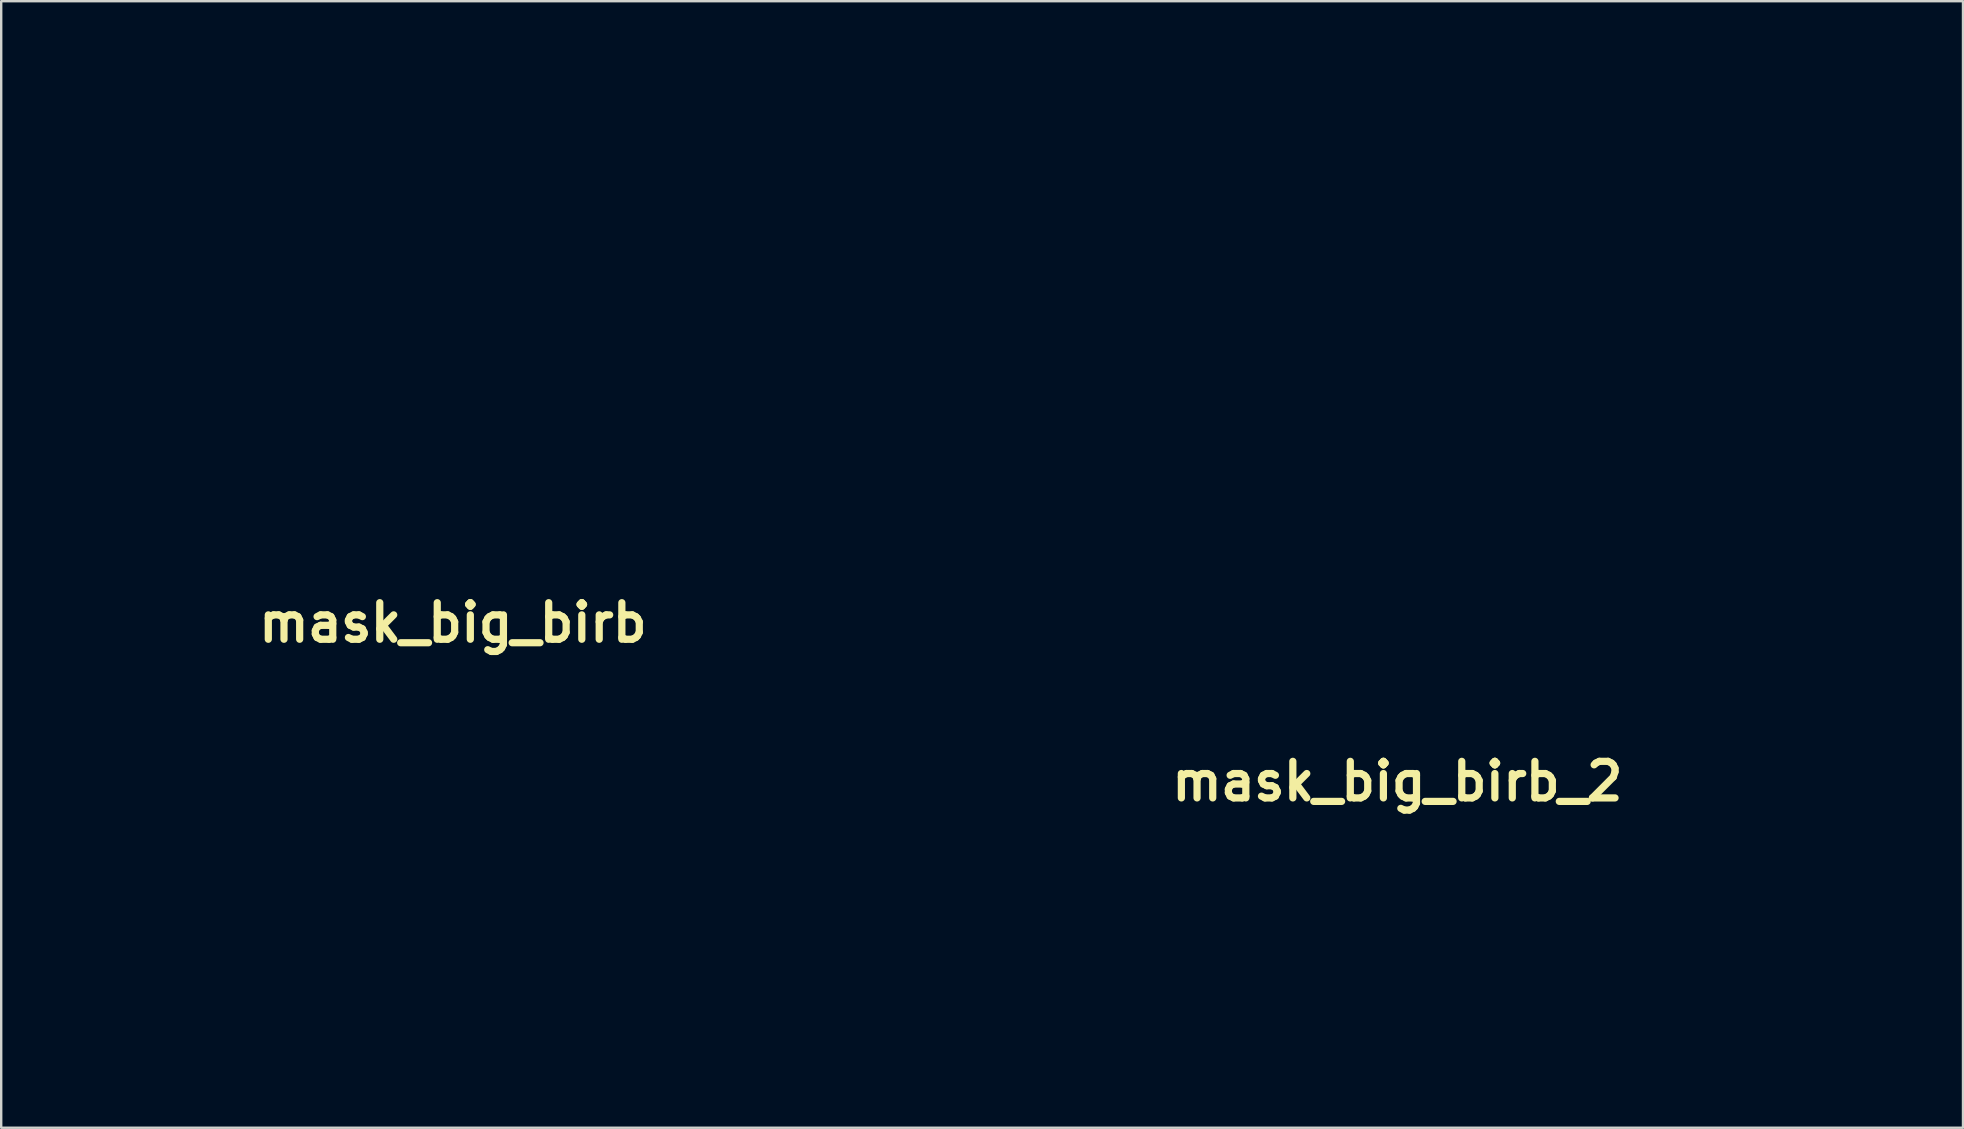
<source format=kicad_pcb>
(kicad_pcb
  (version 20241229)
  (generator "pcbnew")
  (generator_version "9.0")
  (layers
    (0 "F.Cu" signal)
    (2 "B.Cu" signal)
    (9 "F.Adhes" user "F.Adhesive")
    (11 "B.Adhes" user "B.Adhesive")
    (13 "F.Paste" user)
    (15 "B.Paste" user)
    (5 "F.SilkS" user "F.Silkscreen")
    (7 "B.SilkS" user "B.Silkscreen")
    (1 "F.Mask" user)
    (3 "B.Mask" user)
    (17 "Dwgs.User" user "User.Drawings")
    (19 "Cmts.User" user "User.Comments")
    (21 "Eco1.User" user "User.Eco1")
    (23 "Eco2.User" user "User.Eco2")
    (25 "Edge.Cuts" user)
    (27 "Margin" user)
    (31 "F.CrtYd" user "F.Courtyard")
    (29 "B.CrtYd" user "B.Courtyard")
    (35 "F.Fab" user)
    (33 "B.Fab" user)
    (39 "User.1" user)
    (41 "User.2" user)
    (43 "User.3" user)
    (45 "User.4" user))
  (footprint "mask_big_birb_2"
    (layer "F.Cu")
    (at 55.176 29.509)
    (property "Reference" "mask_big_birb_2" (at 0 0 0) (layer "F.SilkS") (effects (font (size 1.524 1.524) (thickness 0.3))))
    (attr board_only exclude_from_pos_files exclude_from_bom)
    (fp_poly (pts (xy 5.329 -29.395) (xy 6.618 -29.131) (xy 7.774 -28.707) (xy 8.848 -28.114) (xy 9.655 -27.533) (xy 10.162 -27.164) (xy 10.589 -26.91) (xy 10.814 -26.831) (xy 11.11 -26.92) (xy 11.581 -27.149) (xy 11.937 -27.355) (xy 12.725 -27.768) (xy 13.67 -28.156) (xy 14.655 -28.483) (xy 15.567 -28.71) (xy 16.287 -28.797) (xy 16.309 -28.798) (xy 17.486 -28.672) (xy 18.451 -28.311) (xy 19.171 -27.732) (xy 19.616 -26.954) (xy 19.645 -26.866) (xy 19.845 -25.584) (xy 19.723 -24.173) (xy 19.281 -22.65) (xy 18.525 -21.033) (xy 18.5 -20.989) (xy 18.195 -20.413) (xy 17.975 -19.947) (xy 17.887 -19.691) (xy 17.887 -19.686) (xy 17.991 -19.45) (xy 18.262 -19.035) (xy 18.589 -18.599) (xy 19.39 -17.451) (xy 19.962 -16.288) (xy 20.332 -15.026) (xy 20.526 -13.583) (xy 20.57 -12.221) (xy 20.442 -9.468) (xy 20.068 -6.54) (xy 19.466 -3.506) (xy 18.655 -0.433) (xy 17.65 2.61) (xy 16.471 5.556) (xy 15.384 7.854) (xy 14.707 9.144) (xy 14.142 10.124) (xy 13.669 10.818) (xy 13.266 11.246) (xy 12.912 11.433) (xy 12.587 11.4) (xy 12.268 11.169) (xy 12.267 11.168) (xy 12.163 11.018) (xy 12.093 10.775) (xy 12.055 10.386) (xy 12.046 9.796) (xy 12.063 8.949) (xy 12.096 7.993) (xy 12.132 6.353) (xy 12.126 4.597) (xy 12.082 2.763) (xy 12.002 0.889) (xy 11.89 -0.986) (xy 11.751 -2.825) (xy 11.588 -4.591) (xy 11.404 -6.245) (xy 11.204 -7.75) (xy 10.99 -9.068) (xy 10.768 -10.161) (xy 10.539 -10.991) (xy 10.308 -11.52) (xy 10.19 -11.663) (xy 9.996 -11.803) (xy 9.799 -11.865) (xy 9.547 -11.827) (xy 9.191 -11.669) (xy 8.679 -11.369) (xy 7.96 -10.905) (xy 7.246 -10.432) (xy 6.31 -9.821) (xy 5.63 -9.411) (xy 5.177 -9.186) (xy 4.92 -9.132) (xy 4.831 -9.234) (xy 4.83 -9.257) (xy 4.889 -9.486) (xy 5.041 -9.936) (xy 5.187 -10.332) (xy 5.445 -11.276) (xy 5.533 -12.237) (xy 5.451 -13.096) (xy 5.282 -13.584) (xy 4.834 -14.08) (xy 4.138 -14.38) (xy 3.251 -14.475) (xy 2.23 -14.357) (xy 1.431 -14.131) (xy 0.878 -13.943) (xy 0.465 -13.815) (xy 0.313 -13.779) (xy 0.202 -13.829) (xy 0.219 -14.017) (xy 0.381 -14.376) (xy 0.706 -14.939) (xy 1.209 -15.74) (xy 1.63 -16.387) (xy 2.193 -17.252) (xy 2.605 -17.94) (xy 2.843 -18.478) (xy 2.883 -18.893) (xy 2.702 -19.21) (xy 2.276 -19.458) (xy 1.582 -19.663) (xy 0.596 -19.851) (xy -0.704 -20.05) (xy -1.712 -20.195) (xy -3.434 -20.425) (xy -5.083 -20.61) (xy -6.731 -20.754) (xy -8.452 -20.861) (xy -10.319 -20.936) (xy -12.405 -20.983) (xy -14.499 -21.006) (xy -15.869 -21.02) (xy -17.127 -21.04) (xy -18.227 -21.066) (xy -19.125 -21.095) (xy -19.774 -21.128) (xy -20.129 -21.162) (xy -20.178 -21.175) (xy -20.344 -21.44) (xy -20.392 -21.743) (xy -20.306 -22.051) (xy -20.028 -22.393) (xy -19.529 -22.79) (xy -18.779 -23.262) (xy -17.748 -23.832) (xy -16.834 -24.305) (xy -13.465 -25.846) (xy -9.911 -27.151) (xy -6.258 -28.196) (xy -2.592 -28.955) (xy 0.153 -29.325) (xy 2.147 -29.483) (xy 3.855 -29.509)) (stroke (width 0) (type solid)) (fill yes) (layer "F.Mask"))
    (fp_poly (pts (xy 5.329 -29.395) (xy 6.618 -29.131) (xy 7.774 -28.707) (xy 8.848 -28.114) (xy 9.655 -27.533) (xy 10.162 -27.164) (xy 10.589 -26.91) (xy 10.814 -26.831) (xy 11.11 -26.92) (xy 11.581 -27.149) (xy 11.937 -27.355) (xy 12.725 -27.768) (xy 13.67 -28.156) (xy 14.655 -28.483) (xy 15.567 -28.71) (xy 16.287 -28.797) (xy 16.309 -28.798) (xy 17.486 -28.672) (xy 18.451 -28.311) (xy 19.171 -27.732) (xy 19.616 -26.954) (xy 19.645 -26.866) (xy 19.845 -25.584) (xy 19.723 -24.173) (xy 19.281 -22.65) (xy 18.525 -21.033) (xy 18.5 -20.989) (xy 18.195 -20.413) (xy 17.975 -19.947) (xy 17.887 -19.691) (xy 17.887 -19.686) (xy 17.991 -19.45) (xy 18.262 -19.035) (xy 18.589 -18.599) (xy 19.39 -17.451) (xy 19.962 -16.288) (xy 20.332 -15.026) (xy 20.526 -13.583) (xy 20.57 -12.221) (xy 20.442 -9.468) (xy 20.068 -6.54) (xy 19.466 -3.506) (xy 18.655 -0.433) (xy 17.65 2.61) (xy 16.471 5.556) (xy 15.384 7.854) (xy 14.707 9.144) (xy 14.142 10.124) (xy 13.669 10.818) (xy 13.266 11.246) (xy 12.912 11.433) (xy 12.587 11.4) (xy 12.268 11.169) (xy 12.267 11.168) (xy 12.163 11.018) (xy 12.093 10.775) (xy 12.055 10.386) (xy 12.046 9.796) (xy 12.063 8.949) (xy 12.096 7.993) (xy 12.132 6.353) (xy 12.126 4.597) (xy 12.082 2.763) (xy 12.002 0.889) (xy 11.89 -0.986) (xy 11.751 -2.825) (xy 11.588 -4.591) (xy 11.404 -6.245) (xy 11.204 -7.75) (xy 10.99 -9.068) (xy 10.768 -10.161) (xy 10.539 -10.991) (xy 10.308 -11.52) (xy 10.19 -11.663) (xy 9.996 -11.803) (xy 9.799 -11.865) (xy 9.547 -11.827) (xy 9.191 -11.669) (xy 8.679 -11.369) (xy 7.96 -10.905) (xy 7.246 -10.432) (xy 6.31 -9.821) (xy 5.63 -9.411) (xy 5.177 -9.186) (xy 4.92 -9.132) (xy 4.831 -9.234) (xy 4.83 -9.257) (xy 4.889 -9.486) (xy 5.041 -9.936) (xy 5.187 -10.332) (xy 5.445 -11.276) (xy 5.533 -12.237) (xy 5.451 -13.096) (xy 5.282 -13.584) (xy 4.834 -14.08) (xy 4.138 -14.38) (xy 3.251 -14.475) (xy 2.23 -14.357) (xy 1.431 -14.131) (xy 0.878 -13.943) (xy 0.465 -13.815) (xy 0.313 -13.779) (xy 0.202 -13.829) (xy 0.219 -14.017) (xy 0.381 -14.376) (xy 0.706 -14.939) (xy 1.209 -15.74) (xy 1.63 -16.387) (xy 2.193 -17.252) (xy 2.605 -17.94) (xy 2.843 -18.478) (xy 2.883 -18.893) (xy 2.702 -19.21) (xy 2.276 -19.458) (xy 1.582 -19.663) (xy 0.596 -19.851) (xy -0.704 -20.05) (xy -1.712 -20.195) (xy -3.434 -20.425) (xy -5.083 -20.61) (xy -6.731 -20.754) (xy -8.452 -20.861) (xy -10.319 -20.936) (xy -12.405 -20.983) (xy -14.499 -21.006) (xy -15.869 -21.02) (xy -17.127 -21.04) (xy -18.227 -21.066) (xy -19.125 -21.095) (xy -19.774 -21.128) (xy -20.129 -21.162) (xy -20.178 -21.175) (xy -20.344 -21.44) (xy -20.392 -21.743) (xy -20.306 -22.051) (xy -20.028 -22.393) (xy -19.529 -22.79) (xy -18.779 -23.262) (xy -17.748 -23.832) (xy -16.834 -24.305) (xy -13.465 -25.846) (xy -9.911 -27.151) (xy -6.258 -28.196) (xy -2.592 -28.955) (xy 0.153 -29.325) (xy 2.147 -29.483) (xy 3.855 -29.509)) (stroke (width 0) (type solid)) (fill yes) (layer "B.Mask")))
  (footprint "mask_big_birb"
    (layer "F.Cu")
    (at 15.823 22.898)
    (property "Reference" "mask_big_birb" (at 0 0 0) (layer "F.SilkS") (effects (font (size 1.524 1.524) (thickness 0.3))))
    (attr board_only exclude_from_pos_files exclude_from_bom)
    (fp_poly (pts (xy 4.135 -22.809) (xy 5.135 -22.605) (xy 6.032 -22.276) (xy 6.866 -21.816) (xy 7.492 -21.364) (xy 7.885 -21.078) (xy 8.217 -20.881) (xy 8.391 -20.82) (xy 8.621 -20.889) (xy 8.986 -21.067) (xy 9.263 -21.226) (xy 9.874 -21.546) (xy 10.607 -21.848) (xy 11.372 -22.102) (xy 12.079 -22.277) (xy 12.638 -22.346) (xy 12.655 -22.346) (xy 13.569 -22.248) (xy 14.317 -21.968) (xy 14.876 -21.519) (xy 15.221 -20.915) (xy 15.243 -20.846) (xy 15.399 -19.852) (xy 15.304 -18.757) (xy 14.962 -17.575) (xy 14.374 -16.321) (xy 14.355 -16.286) (xy 14.118 -15.839) (xy 13.948 -15.478) (xy 13.88 -15.279) (xy 13.88 -15.276) (xy 13.961 -15.093) (xy 14.171 -14.77) (xy 14.424 -14.432) (xy 15.046 -13.541) (xy 15.49 -12.639) (xy 15.777 -11.66) (xy 15.927 -10.54) (xy 15.962 -9.483) (xy 15.862 -7.347) (xy 15.572 -5.075) (xy 15.105 -2.72) (xy 14.475 -0.336) (xy 13.696 2.025) (xy 12.781 4.311) (xy 11.937 6.094) (xy 11.412 7.095) (xy 10.974 7.856) (xy 10.607 8.394) (xy 10.294 8.727) (xy 10.019 8.872) (xy 9.767 8.846) (xy 9.519 8.667) (xy 9.519 8.666) (xy 9.438 8.549) (xy 9.383 8.361) (xy 9.354 8.059) (xy 9.347 7.601) (xy 9.361 6.944) (xy 9.386 6.203) (xy 9.414 4.929) (xy 9.41 3.567) (xy 9.375 2.144) (xy 9.313 0.69) (xy 9.226 -0.765) (xy 9.118 -2.192) (xy 8.992 -3.562) (xy 8.849 -4.846) (xy 8.694 -6.014) (xy 8.528 -7.036) (xy 8.355 -7.884) (xy 8.178 -8.528) (xy 7.999 -8.939) (xy 7.907 -9.05) (xy 7.757 -9.158) (xy 7.603 -9.207) (xy 7.408 -9.178) (xy 7.132 -9.055) (xy 6.734 -8.822) (xy 6.177 -8.462) (xy 5.622 -8.095) (xy 4.896 -7.621) (xy 4.369 -7.303) (xy 4.017 -7.128) (xy 3.818 -7.086) (xy 3.748 -7.165) (xy 3.748 -7.183) (xy 3.794 -7.361) (xy 3.912 -7.71) (xy 4.025 -8.017) (xy 4.225 -8.749) (xy 4.294 -9.496) (xy 4.229 -10.162) (xy 4.099 -10.54) (xy 3.751 -10.926) (xy 3.211 -11.158) (xy 2.522 -11.232) (xy 1.73 -11.14) (xy 1.11 -10.965) (xy 0.681 -10.819) (xy 0.361 -10.72) (xy 0.243 -10.692) (xy 0.156 -10.731) (xy 0.17 -10.877) (xy 0.296 -11.155) (xy 0.548 -11.592) (xy 0.938 -12.213) (xy 1.265 -12.716) (xy 1.702 -13.387) (xy 2.021 -13.921) (xy 2.206 -14.338) (xy 2.237 -14.66) (xy 2.096 -14.906) (xy 1.766 -15.099) (xy 1.228 -15.258) (xy 0.463 -15.404) (xy -0.547 -15.558) (xy -1.329 -15.67) (xy -2.665 -15.849) (xy -3.944 -15.993) (xy -5.223 -16.104) (xy -6.558 -16.187) (xy -8.007 -16.245) (xy -9.626 -16.282) (xy -11.251 -16.3) (xy -12.313 -16.31) (xy -13.289 -16.326) (xy -14.144 -16.346) (xy -14.84 -16.369) (xy -15.344 -16.394) (xy -15.619 -16.421) (xy -15.657 -16.431) (xy -15.786 -16.637) (xy -15.823 -16.871) (xy -15.756 -17.111) (xy -15.541 -17.376) (xy -15.154 -17.684) (xy -14.572 -18.05) (xy -13.772 -18.492) (xy -13.063 -18.86) (xy -10.448 -20.055) (xy -7.69 -21.068) (xy -4.856 -21.879) (xy -2.011 -22.468) (xy 0.119 -22.755) (xy 1.666 -22.877) (xy 2.992 -22.898)) (stroke (width 0) (type solid)) (fill yes) (layer "F.Mask"))
    (fp_poly (pts (xy 4.135 -22.809) (xy 5.135 -22.605) (xy 6.032 -22.276) (xy 6.866 -21.816) (xy 7.492 -21.364) (xy 7.885 -21.078) (xy 8.217 -20.881) (xy 8.391 -20.82) (xy 8.621 -20.889) (xy 8.986 -21.067) (xy 9.263 -21.226) (xy 9.874 -21.546) (xy 10.607 -21.848) (xy 11.372 -22.102) (xy 12.079 -22.277) (xy 12.638 -22.346) (xy 12.655 -22.346) (xy 13.569 -22.248) (xy 14.317 -21.968) (xy 14.876 -21.519) (xy 15.221 -20.915) (xy 15.243 -20.846) (xy 15.399 -19.852) (xy 15.304 -18.757) (xy 14.962 -17.575) (xy 14.374 -16.321) (xy 14.355 -16.286) (xy 14.118 -15.839) (xy 13.948 -15.478) (xy 13.88 -15.279) (xy 13.88 -15.276) (xy 13.961 -15.093) (xy 14.171 -14.77) (xy 14.424 -14.432) (xy 15.046 -13.541) (xy 15.49 -12.639) (xy 15.777 -11.66) (xy 15.927 -10.54) (xy 15.962 -9.483) (xy 15.862 -7.347) (xy 15.572 -5.075) (xy 15.105 -2.72) (xy 14.475 -0.336) (xy 13.696 2.025) (xy 12.781 4.311) (xy 11.937 6.094) (xy 11.412 7.095) (xy 10.974 7.856) (xy 10.607 8.394) (xy 10.294 8.727) (xy 10.019 8.872) (xy 9.767 8.846) (xy 9.519 8.667) (xy 9.519 8.666) (xy 9.438 8.549) (xy 9.383 8.361) (xy 9.354 8.059) (xy 9.347 7.601) (xy 9.361 6.944) (xy 9.386 6.203) (xy 9.414 4.929) (xy 9.41 3.567) (xy 9.375 2.144) (xy 9.313 0.69) (xy 9.226 -0.765) (xy 9.118 -2.192) (xy 8.992 -3.562) (xy 8.849 -4.846) (xy 8.694 -6.014) (xy 8.528 -7.036) (xy 8.355 -7.884) (xy 8.178 -8.528) (xy 7.999 -8.939) (xy 7.907 -9.05) (xy 7.757 -9.158) (xy 7.603 -9.207) (xy 7.408 -9.178) (xy 7.132 -9.055) (xy 6.734 -8.822) (xy 6.177 -8.462) (xy 5.622 -8.095) (xy 4.896 -7.621) (xy 4.369 -7.303) (xy 4.017 -7.128) (xy 3.818 -7.086) (xy 3.748 -7.165) (xy 3.748 -7.183) (xy 3.794 -7.361) (xy 3.912 -7.71) (xy 4.025 -8.017) (xy 4.225 -8.749) (xy 4.294 -9.496) (xy 4.229 -10.162) (xy 4.099 -10.54) (xy 3.751 -10.926) (xy 3.211 -11.158) (xy 2.522 -11.232) (xy 1.73 -11.14) (xy 1.11 -10.965) (xy 0.681 -10.819) (xy 0.361 -10.72) (xy 0.243 -10.692) (xy 0.156 -10.731) (xy 0.17 -10.877) (xy 0.296 -11.155) (xy 0.548 -11.592) (xy 0.938 -12.213) (xy 1.265 -12.716) (xy 1.702 -13.387) (xy 2.021 -13.921) (xy 2.206 -14.338) (xy 2.237 -14.66) (xy 2.096 -14.906) (xy 1.766 -15.099) (xy 1.228 -15.258) (xy 0.463 -15.404) (xy -0.547 -15.558) (xy -1.329 -15.67) (xy -2.665 -15.849) (xy -3.944 -15.993) (xy -5.223 -16.104) (xy -6.558 -16.187) (xy -8.007 -16.245) (xy -9.626 -16.282) (xy -11.251 -16.3) (xy -12.313 -16.31) (xy -13.289 -16.326) (xy -14.144 -16.346) (xy -14.84 -16.369) (xy -15.344 -16.394) (xy -15.619 -16.421) (xy -15.657 -16.431) (xy -15.786 -16.637) (xy -15.823 -16.871) (xy -15.756 -17.111) (xy -15.541 -17.376) (xy -15.154 -17.684) (xy -14.572 -18.05) (xy -13.772 -18.492) (xy -13.063 -18.86) (xy -10.448 -20.055) (xy -7.69 -21.068) (xy -4.856 -21.879) (xy -2.011 -22.468) (xy 0.119 -22.755) (xy 1.666 -22.877) (xy 2.992 -22.898)) (stroke (width 0) (type solid)) (fill yes) (layer "B.Mask")))
  (gr_rect
    (start -3 -3)
    (end 78.747 43.942)
    (stroke (width 0.1) (type default))
    (fill no)
    (layer "Edge.Cuts")))
</source>
